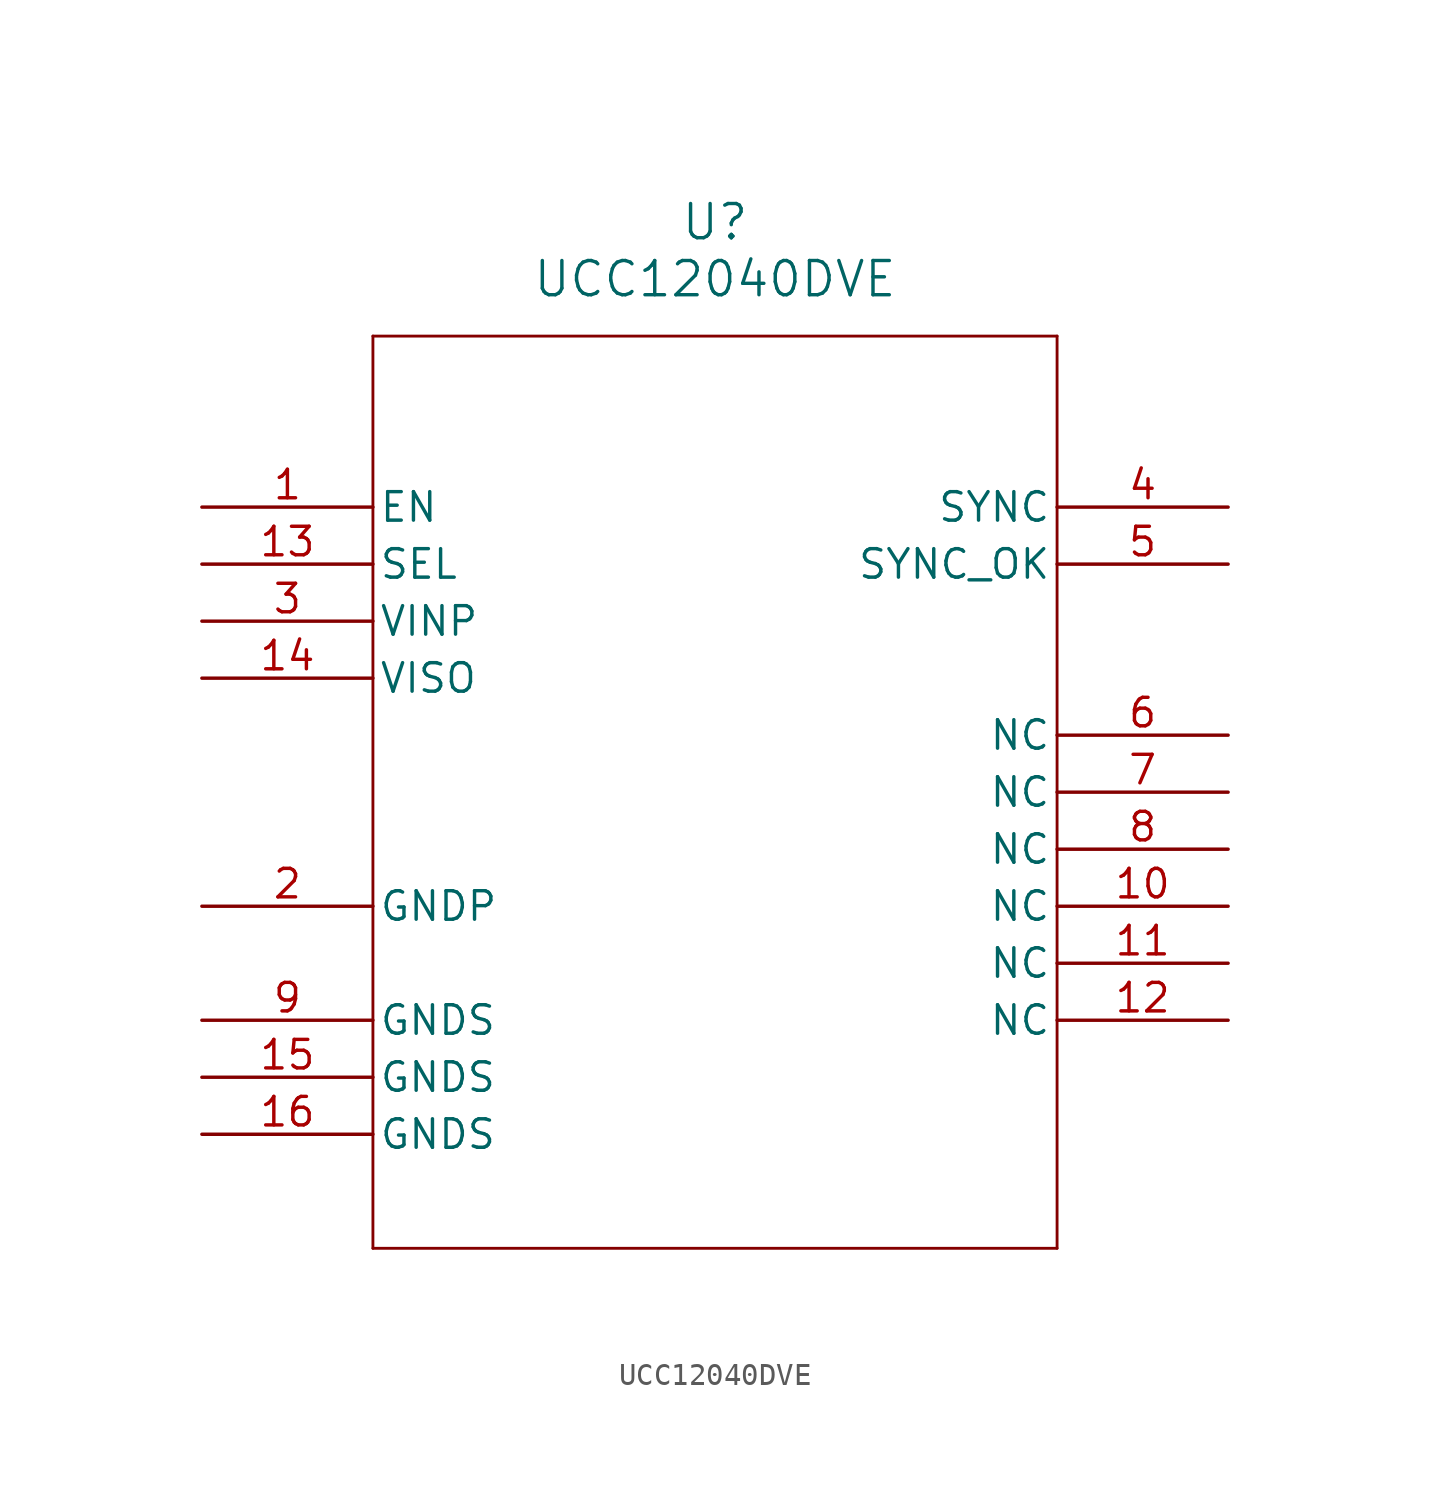
<source format=kicad_sym>
(kicad_symbol_lib
  (version 20220914)
  (generator kicad_symbol_editor)
  (symbol "UCC12040DVE"
    (pin_names
      (offset 0.254))
    (property "Reference" "U"
      (at 22.86 12.7 0)
      (effects (font (size 1.524 1.524))))
    (property "Value" "UCC12040DVE"
      (at 22.86 10.16 0)
      (effects (font (size 1.524 1.524))))
    (property "ki_locked" ""
      (at 0 0 0)
      (effects (font (size 1.27 1.27))))
    (symbol "UCC12040DVE_0_1"
      (polyline (pts (xy 7.62 -33.02) (xy 38.1 -33.02)) (stroke (width 0.127) (type default)) (fill (type none)))
      (polyline (pts (xy 7.62 7.62) (xy 7.62 -33.02)) (stroke (width 0.127) (type default)) (fill (type none)))
      (polyline (pts (xy 38.1 -33.02) (xy 38.1 7.62)) (stroke (width 0.127) (type default)) (fill (type none)))
      (polyline (pts (xy 38.1 7.62) (xy 7.62 7.62)) (stroke (width 0.127) (type default)) (fill (type none)))
      (pin unspecified line (at 0 0 0) (length 7.62) (name "EN" (effects (font (size 1.27 1.27)))) (number "1" (effects (font (size 1.27 1.27)))))
      (pin unspecified line (at 0 -2.54 0) (length 7.62) (name "SEL" (effects (font (size 1.27 1.27)))) (number "13" (effects (font (size 1.27 1.27)))))
      (pin unspecified line (at 0 -7.62 0) (length 7.62) (name "VISO" (effects (font (size 1.27 1.27)))) (number "14" (effects (font (size 1.27 1.27)))))
      (pin power_out line (at 0 -25.4 0) (length 7.62) (name "GNDS" (effects (font (size 1.27 1.27)))) (number "15" (effects (font (size 1.27 1.27)))))
      (pin power_out line (at 0 -27.94 0) (length 7.62) (name "GNDS" (effects (font (size 1.27 1.27)))) (number "16" (effects (font (size 1.27 1.27)))))
      (pin power_out line (at 0 -17.78 0) (length 7.62) (name "GNDP" (effects (font (size 1.27 1.27)))) (number "2" (effects (font (size 1.27 1.27)))))
      (pin unspecified line (at 0 -5.08 0) (length 7.62) (name "VINP" (effects (font (size 1.27 1.27)))) (number "3" (effects (font (size 1.27 1.27)))))
      (pin unspecified line (at 45.72 0 180) (length 7.62) (name "SYNC" (effects (font (size 1.27 1.27)))) (number "4" (effects (font (size 1.27 1.27)))))
      (pin unspecified line (at 45.72 -2.54 180) (length 7.62) (name "SYNC_OK" (effects (font (size 1.27 1.27)))) (number "5" (effects (font (size 1.27 1.27)))))
      (pin power_out line (at 0 -22.86 0) (length 7.62) (name "GNDS" (effects (font (size 1.27 1.27)))) (number "9" (effects (font (size 1.27 1.27))))))
    (symbol "UCC12040DVE_1_1"
      (pin passive line (at 45.72 -17.78 180) (length 7.62) (name "NC" (effects (font (size 1.27 1.27)))) (number "10" (effects (font (size 1.27 1.27)))))
      (pin passive line (at 45.72 -20.32 180) (length 7.62) (name "NC" (effects (font (size 1.27 1.27)))) (number "11" (effects (font (size 1.27 1.27)))))
      (pin passive line (at 45.72 -22.86 180) (length 7.62) (name "NC" (effects (font (size 1.27 1.27)))) (number "12" (effects (font (size 1.27 1.27)))))
      (pin passive line (at 45.72 -10.16 180) (length 7.62) (name "NC" (effects (font (size 1.27 1.27)))) (number "6" (effects (font (size 1.27 1.27)))))
      (pin passive line (at 45.72 -12.7 180) (length 7.62) (name "NC" (effects (font (size 1.27 1.27)))) (number "7" (effects (font (size 1.27 1.27)))))
      (pin passive line (at 45.72 -15.24 180) (length 7.62) (name "NC" (effects (font (size 1.27 1.27)))) (number "8" (effects (font (size 1.27 1.27))))))))
</source>
